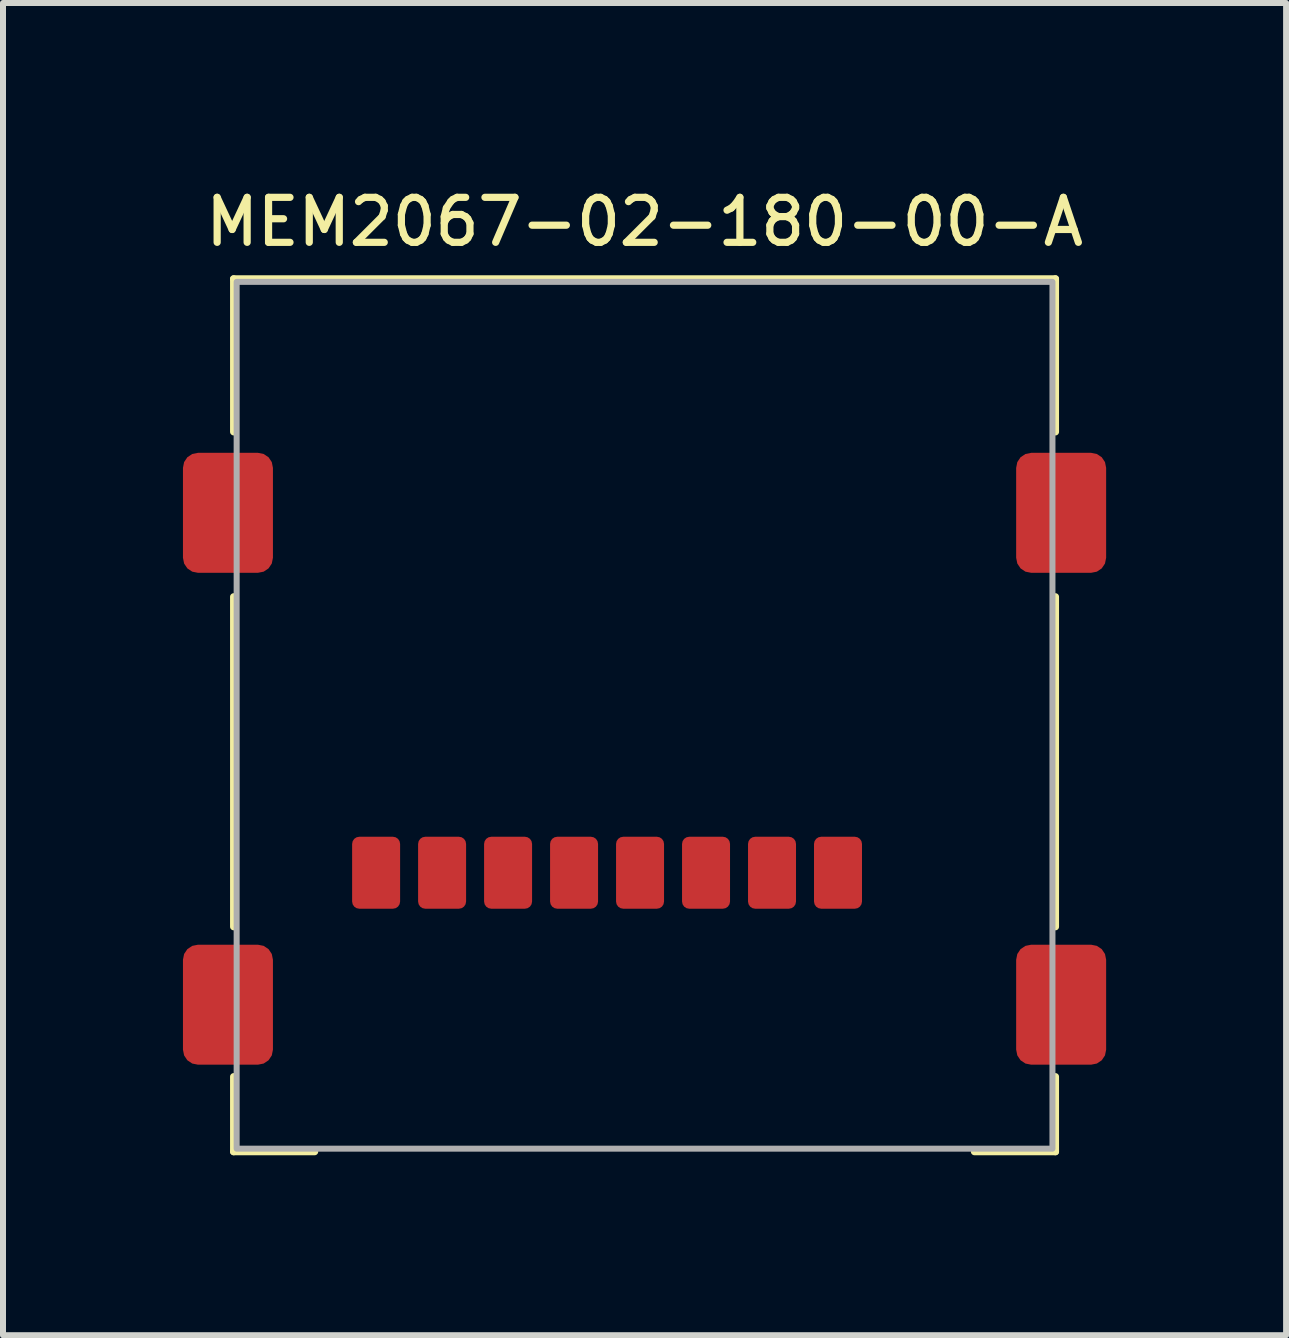
<source format=kicad_pcb>
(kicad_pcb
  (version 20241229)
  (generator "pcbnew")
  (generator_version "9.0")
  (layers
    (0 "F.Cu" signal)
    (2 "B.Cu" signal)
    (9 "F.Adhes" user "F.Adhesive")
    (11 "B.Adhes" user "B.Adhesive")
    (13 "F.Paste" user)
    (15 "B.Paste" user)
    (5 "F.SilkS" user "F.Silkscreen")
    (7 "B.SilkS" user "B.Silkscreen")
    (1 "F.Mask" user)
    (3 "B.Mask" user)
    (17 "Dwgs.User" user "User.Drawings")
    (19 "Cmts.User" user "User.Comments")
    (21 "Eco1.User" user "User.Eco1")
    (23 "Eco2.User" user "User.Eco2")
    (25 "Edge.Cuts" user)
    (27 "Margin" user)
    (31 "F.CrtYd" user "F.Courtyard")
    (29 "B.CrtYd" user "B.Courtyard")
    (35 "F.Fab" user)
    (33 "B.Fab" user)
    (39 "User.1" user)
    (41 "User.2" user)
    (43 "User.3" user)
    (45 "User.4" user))
  (footprint "MEM2067-02-180-00-A"
    (layer "F.Cu")
    (at 7.695 1.649)
    (property "Reference" "MEM2067-02-180-00-A" (at 0 -1 0) (unlocked yes) (layer "F.SilkS") (effects (font (size 0.75 0.75) (thickness 0.12))))
    (attr smd)
    (fp_line (start -6.85 -0.05) (end -6.85 2.5) (stroke (width 0.12) (type solid)) (layer "F.SilkS"))
    (fp_line (start -6.85 10.75) (end -6.85 5.25) (stroke (width 0.12) (type solid)) (layer "F.SilkS"))
    (fp_line (start -6.85 13.25) (end -6.85 14.5) (stroke (width 0.12) (type solid)) (layer "F.SilkS"))
    (fp_line (start -6.85 14.5) (end -5.5 14.5) (stroke (width 0.12) (type solid)) (layer "F.SilkS"))
    (fp_line (start 6.85 -0.05) (end -6.85 -0.05) (stroke (width 0.12) (type solid)) (layer "F.SilkS"))
    (fp_line (start 6.85 -0.05) (end 6.85 2.5) (stroke (width 0.12) (type solid)) (layer "F.SilkS"))
    (fp_line (start 6.85 5.25) (end 6.85 10.75) (stroke (width 0.12) (type solid)) (layer "F.SilkS"))
    (fp_line (start 6.85 13.25) (end 6.85 14.5) (stroke (width 0.12) (type solid)) (layer "F.SilkS"))
    (fp_line (start 6.85 14.5) (end 5.5 14.5) (stroke (width 0.12) (type solid)) (layer "F.SilkS"))
    (fp_rect (start -6.8 0) (end 6.8 14.45) (stroke (width 0.1) (type solid)) (fill no) (layer "F.Fab"))
    (pad "1" smd roundrect (at 3.225 9.85) (size 0.8 1.2) (layers "F.Cu" "F.Mask" "F.Paste") (roundrect_rratio 0.15))
    (pad "2" smd roundrect (at 2.125 9.85) (size 0.8 1.2) (layers "F.Cu" "F.Mask" "F.Paste") (roundrect_rratio 0.15))
    (pad "3" smd roundrect (at 1.025 9.85) (size 0.8 1.2) (layers "F.Cu" "F.Mask" "F.Paste") (roundrect_rratio 0.15))
    (pad "4" smd roundrect (at -0.075 9.85) (size 0.8 1.2) (layers "F.Cu" "F.Mask" "F.Paste") (roundrect_rratio 0.15))
    (pad "5" smd roundrect (at -1.175 9.85) (size 0.8 1.2) (layers "F.Cu" "F.Mask" "F.Paste") (roundrect_rratio 0.15))
    (pad "6" smd roundrect (at -2.275 9.85) (size 0.8 1.2) (layers "F.Cu" "F.Mask" "F.Paste") (roundrect_rratio 0.15))
    (pad "7" smd roundrect (at -3.375 9.85) (size 0.8 1.2) (layers "F.Cu" "F.Mask" "F.Paste") (roundrect_rratio 0.15))
    (pad "8" smd roundrect (at -4.475 9.85) (size 0.8 1.2) (layers "F.Cu" "F.Mask" "F.Paste") (roundrect_rratio 0.15))
    (pad "S1" smd roundrect (at -6.945 12.05) (size 1.5 2) (layers "F.Cu" "F.Mask" "F.Paste") (roundrect_rratio 0.167))
    (pad "S2" smd roundrect (at -6.945 3.85) (size 1.5 2) (layers "F.Cu" "F.Mask" "F.Paste") (roundrect_rratio 0.167))
    (pad "S3" smd roundrect (at 6.945 3.85) (size 1.5 2) (layers "F.Cu" "F.Mask" "F.Paste") (roundrect_rratio 0.167))
    (pad "S4" smd roundrect (at 6.945 12.05) (size 1.5 2) (layers "F.Cu" "F.Mask" "F.Paste") (roundrect_rratio 0.167))
    (zone (net_name "") (layer "F.Cu") (name "SD Keepout") (hatch edge 0.5) (connect_pads) (min_thickness 0.25) (filled_areas_thickness no) (keepout (tracks not_allowed) (vias not_allowed) (pads not_allowed) (copperpour allowed) (footprints allowed)) (placement (enabled no)) (fill) (polygon (pts (xy 2.545 3.049) (xy 11.545 3.049) (xy 11.545 5.849) (xy 2.545 5.849)))))
  (gr_rect
    (start -3 -3)
    (end 18.39 19.209)
    (stroke (width 0.1) (type default))
    (fill no)
    (layer "Edge.Cuts")))
</source>
